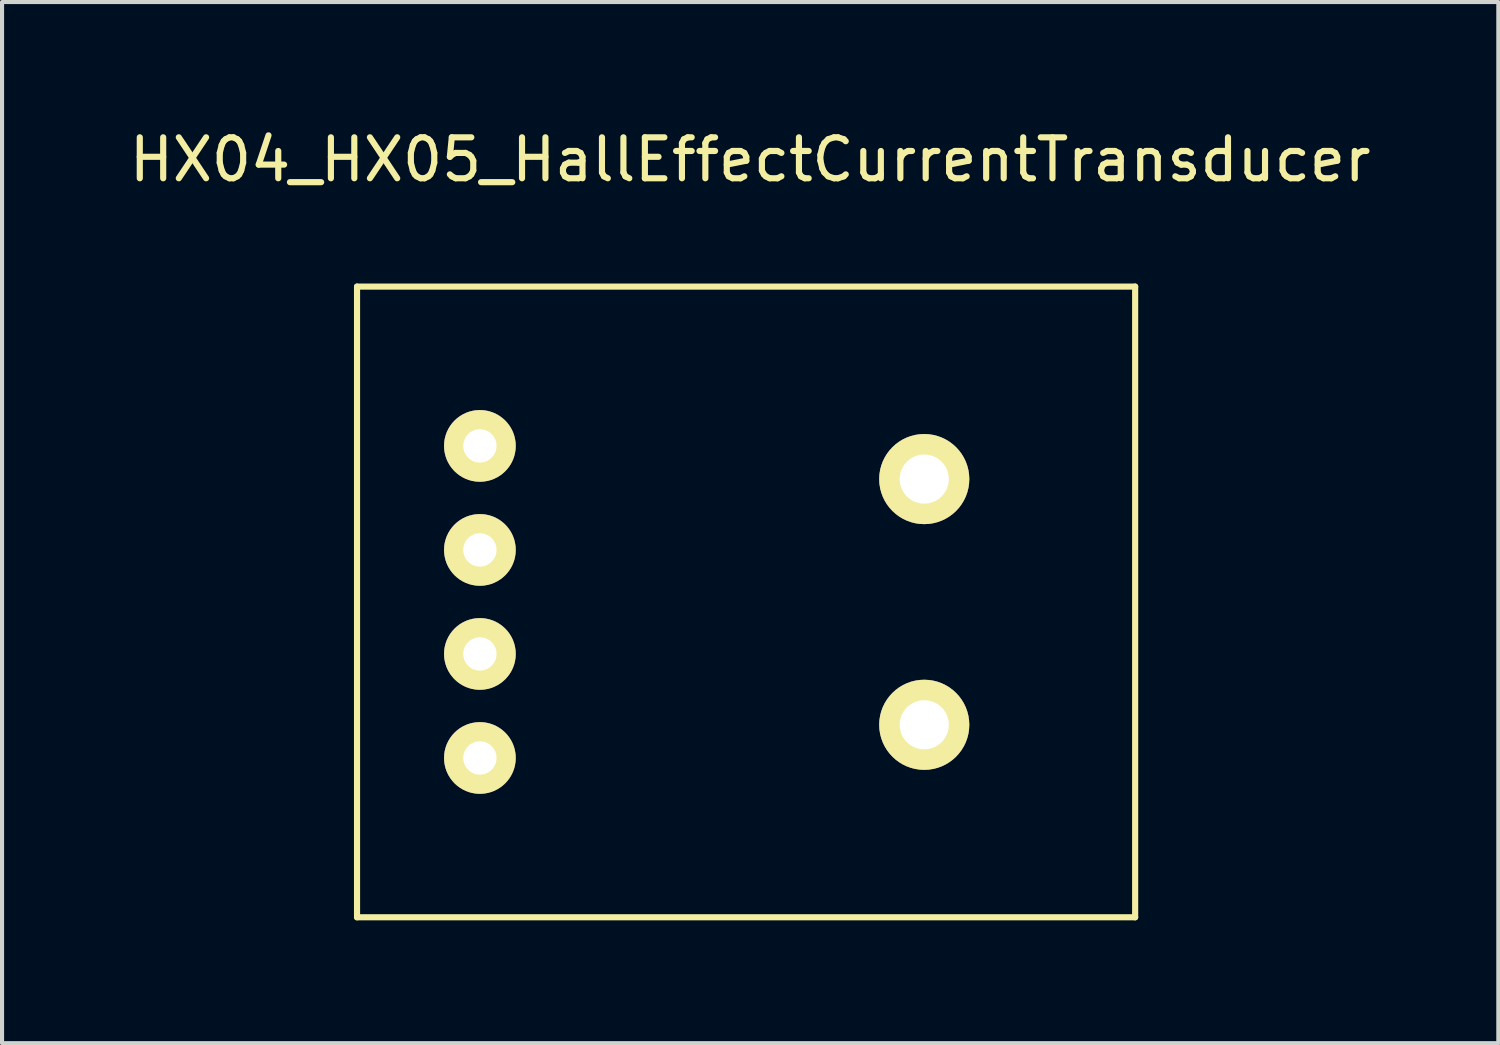
<source format=kicad_pcb>
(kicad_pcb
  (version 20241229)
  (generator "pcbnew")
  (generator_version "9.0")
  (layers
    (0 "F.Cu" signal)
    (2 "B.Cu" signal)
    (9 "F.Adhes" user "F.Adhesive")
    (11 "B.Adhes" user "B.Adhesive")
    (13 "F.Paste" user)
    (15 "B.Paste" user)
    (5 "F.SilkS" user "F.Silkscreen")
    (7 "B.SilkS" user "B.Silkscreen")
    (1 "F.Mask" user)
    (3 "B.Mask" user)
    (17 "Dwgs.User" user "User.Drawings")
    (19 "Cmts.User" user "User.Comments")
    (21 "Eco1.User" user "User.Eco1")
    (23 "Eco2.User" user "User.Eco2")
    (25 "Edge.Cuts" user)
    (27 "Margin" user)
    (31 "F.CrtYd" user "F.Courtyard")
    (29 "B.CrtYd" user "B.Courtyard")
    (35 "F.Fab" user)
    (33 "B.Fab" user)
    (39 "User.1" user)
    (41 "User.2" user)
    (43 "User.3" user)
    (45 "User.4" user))
  (footprint "HX04_HX05_HallEffectCurrentTransducer"
    (layer "F.Cu")
    (at 15.168 11.648)
    (property "Reference" "HX04_HX05_HallEffectCurrentTransducer" (at 0.1 -10.8 0) (layer "F.SilkS") (effects (font (size 1 1) (thickness 0.15))))
    (attr through_hole)
    (fp_line (start -9.5 -7.7) (end -9.5 7.7) (stroke (width 0.15) (type solid)) (layer "F.SilkS"))
    (fp_line (start -9.5 7.7) (end 9.5 7.7) (stroke (width 0.15) (type solid)) (layer "F.SilkS"))
    (fp_line (start 9.5 -7.7) (end -9.5 -7.7) (stroke (width 0.15) (type solid)) (layer "F.SilkS"))
    (fp_line (start 9.5 7.7) (end 9.5 -7.7) (stroke (width 0.15) (type solid)) (layer "F.SilkS"))
    (pad "1" thru_hole circle (at -6.5 -3.81) (size 1.75 1.75) (drill 0.813) (layers "*.Cu" "*.Mask" "F.SilkS"))
    (pad "2" thru_hole circle (at -6.5 -1.27) (size 1.75 1.75) (drill 0.813) (layers "*.Cu" "*.Mask" "F.SilkS"))
    (pad "3" thru_hole circle (at -6.5 1.27) (size 1.75 1.75) (drill 0.813) (layers "*.Cu" "*.Mask" "F.SilkS"))
    (pad "4" thru_hole circle (at -6.5 3.81) (size 1.75 1.75) (drill 0.813) (layers "*.Cu" "*.Mask" "F.SilkS"))
    (pad "5" thru_hole circle (at 4.35 -3) (size 2.2 2.2) (drill 1.2) (layers "*.Cu" "*.Mask" "F.SilkS"))
    (pad "6" thru_hole circle (at 4.35 3) (size 2.2 2.2) (drill 1.2) (layers "*.Cu" "*.Mask" "F.SilkS")))
  (gr_rect
    (start -3 -3)
    (end 33.536 22.423)
    (stroke (width 0.1) (type default))
    (fill no)
    (layer "Edge.Cuts")))
</source>
